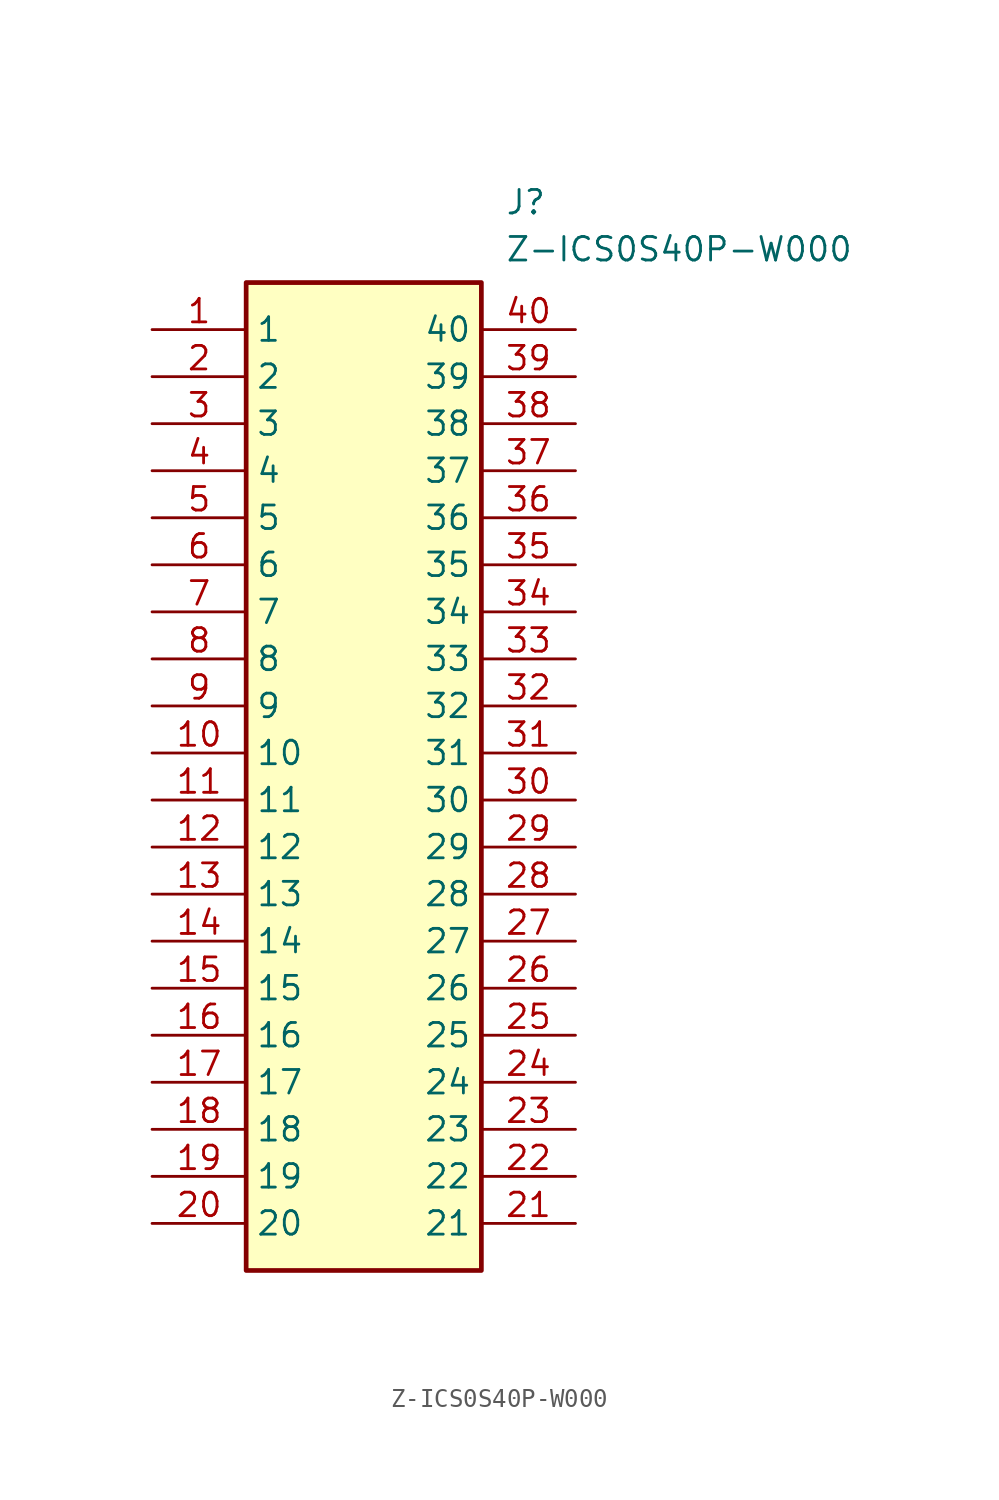
<source format=kicad_sym>
(kicad_symbol_lib
  (version 20211014)
  (generator SamacSys_ECAD_Model)
  (symbol "Z-ICS0S40P-W000"
    (property "Reference" "J"
      (at 19.05 7.62 0)
      (effects (font (size 1.27 1.27)) (justify left top)))
    (property "Value" "Z-ICS0S40P-W000"
      (at 19.05 5.08 0)
      (effects (font (size 1.27 1.27)) (justify left top)))
    (rectangle
      (start 5.08 2.54)
      (end 17.78 -50.8)
      (stroke (width 0.254) (type default))
      (fill (type background)))
    (pin passive line
      (at 0 0 0)
      (length 5.08)
      (name "1" (effects (font (size 1.27 1.27))))
      (number "1" (effects (font (size 1.27 1.27)))))
    (pin passive line
      (at 0 -2.54 0)
      (length 5.08)
      (name "2" (effects (font (size 1.27 1.27))))
      (number "2" (effects (font (size 1.27 1.27)))))
    (pin passive line
      (at 0 -5.08 0)
      (length 5.08)
      (name "3" (effects (font (size 1.27 1.27))))
      (number "3" (effects (font (size 1.27 1.27)))))
    (pin passive line
      (at 0 -7.62 0)
      (length 5.08)
      (name "4" (effects (font (size 1.27 1.27))))
      (number "4" (effects (font (size 1.27 1.27)))))
    (pin passive line
      (at 0 -10.16 0)
      (length 5.08)
      (name "5" (effects (font (size 1.27 1.27))))
      (number "5" (effects (font (size 1.27 1.27)))))
    (pin passive line
      (at 0 -12.7 0)
      (length 5.08)
      (name "6" (effects (font (size 1.27 1.27))))
      (number "6" (effects (font (size 1.27 1.27)))))
    (pin passive line
      (at 0 -15.24 0)
      (length 5.08)
      (name "7" (effects (font (size 1.27 1.27))))
      (number "7" (effects (font (size 1.27 1.27)))))
    (pin passive line
      (at 0 -17.78 0)
      (length 5.08)
      (name "8" (effects (font (size 1.27 1.27))))
      (number "8" (effects (font (size 1.27 1.27)))))
    (pin passive line
      (at 0 -20.32 0)
      (length 5.08)
      (name "9" (effects (font (size 1.27 1.27))))
      (number "9" (effects (font (size 1.27 1.27)))))
    (pin passive line
      (at 0 -22.86 0)
      (length 5.08)
      (name "10" (effects (font (size 1.27 1.27))))
      (number "10" (effects (font (size 1.27 1.27)))))
    (pin passive line
      (at 0 -25.4 0)
      (length 5.08)
      (name "11" (effects (font (size 1.27 1.27))))
      (number "11" (effects (font (size 1.27 1.27)))))
    (pin passive line
      (at 0 -27.94 0)
      (length 5.08)
      (name "12" (effects (font (size 1.27 1.27))))
      (number "12" (effects (font (size 1.27 1.27)))))
    (pin passive line
      (at 0 -30.48 0)
      (length 5.08)
      (name "13" (effects (font (size 1.27 1.27))))
      (number "13" (effects (font (size 1.27 1.27)))))
    (pin passive line
      (at 0 -33.02 0)
      (length 5.08)
      (name "14" (effects (font (size 1.27 1.27))))
      (number "14" (effects (font (size 1.27 1.27)))))
    (pin passive line
      (at 0 -35.56 0)
      (length 5.08)
      (name "15" (effects (font (size 1.27 1.27))))
      (number "15" (effects (font (size 1.27 1.27)))))
    (pin passive line
      (at 0 -38.1 0)
      (length 5.08)
      (name "16" (effects (font (size 1.27 1.27))))
      (number "16" (effects (font (size 1.27 1.27)))))
    (pin passive line
      (at 0 -40.64 0)
      (length 5.08)
      (name "17" (effects (font (size 1.27 1.27))))
      (number "17" (effects (font (size 1.27 1.27)))))
    (pin passive line
      (at 0 -43.18 0)
      (length 5.08)
      (name "18" (effects (font (size 1.27 1.27))))
      (number "18" (effects (font (size 1.27 1.27)))))
    (pin passive line
      (at 0 -45.72 0)
      (length 5.08)
      (name "19" (effects (font (size 1.27 1.27))))
      (number "19" (effects (font (size 1.27 1.27)))))
    (pin passive line
      (at 0 -48.26 0)
      (length 5.08)
      (name "20" (effects (font (size 1.27 1.27))))
      (number "20" (effects (font (size 1.27 1.27)))))
    (pin passive line
      (at 22.86 -48.26 180)
      (length 5.08)
      (name "21" (effects (font (size 1.27 1.27))))
      (number "21" (effects (font (size 1.27 1.27)))))
    (pin passive line
      (at 22.86 -45.72 180)
      (length 5.08)
      (name "22" (effects (font (size 1.27 1.27))))
      (number "22" (effects (font (size 1.27 1.27)))))
    (pin passive line
      (at 22.86 -43.18 180)
      (length 5.08)
      (name "23" (effects (font (size 1.27 1.27))))
      (number "23" (effects (font (size 1.27 1.27)))))
    (pin passive line
      (at 22.86 -40.64 180)
      (length 5.08)
      (name "24" (effects (font (size 1.27 1.27))))
      (number "24" (effects (font (size 1.27 1.27)))))
    (pin passive line
      (at 22.86 -38.1 180)
      (length 5.08)
      (name "25" (effects (font (size 1.27 1.27))))
      (number "25" (effects (font (size 1.27 1.27)))))
    (pin passive line
      (at 22.86 -35.56 180)
      (length 5.08)
      (name "26" (effects (font (size 1.27 1.27))))
      (number "26" (effects (font (size 1.27 1.27)))))
    (pin passive line
      (at 22.86 -33.02 180)
      (length 5.08)
      (name "27" (effects (font (size 1.27 1.27))))
      (number "27" (effects (font (size 1.27 1.27)))))
    (pin passive line
      (at 22.86 -30.48 180)
      (length 5.08)
      (name "28" (effects (font (size 1.27 1.27))))
      (number "28" (effects (font (size 1.27 1.27)))))
    (pin passive line
      (at 22.86 -27.94 180)
      (length 5.08)
      (name "29" (effects (font (size 1.27 1.27))))
      (number "29" (effects (font (size 1.27 1.27)))))
    (pin passive line
      (at 22.86 -25.4 180)
      (length 5.08)
      (name "30" (effects (font (size 1.27 1.27))))
      (number "30" (effects (font (size 1.27 1.27)))))
    (pin passive line
      (at 22.86 -22.86 180)
      (length 5.08)
      (name "31" (effects (font (size 1.27 1.27))))
      (number "31" (effects (font (size 1.27 1.27)))))
    (pin passive line
      (at 22.86 -20.32 180)
      (length 5.08)
      (name "32" (effects (font (size 1.27 1.27))))
      (number "32" (effects (font (size 1.27 1.27)))))
    (pin passive line
      (at 22.86 -17.78 180)
      (length 5.08)
      (name "33" (effects (font (size 1.27 1.27))))
      (number "33" (effects (font (size 1.27 1.27)))))
    (pin passive line
      (at 22.86 -15.24 180)
      (length 5.08)
      (name "34" (effects (font (size 1.27 1.27))))
      (number "34" (effects (font (size 1.27 1.27)))))
    (pin passive line
      (at 22.86 -12.7 180)
      (length 5.08)
      (name "35" (effects (font (size 1.27 1.27))))
      (number "35" (effects (font (size 1.27 1.27)))))
    (pin passive line
      (at 22.86 -10.16 180)
      (length 5.08)
      (name "36" (effects (font (size 1.27 1.27))))
      (number "36" (effects (font (size 1.27 1.27)))))
    (pin passive line
      (at 22.86 -7.62 180)
      (length 5.08)
      (name "37" (effects (font (size 1.27 1.27))))
      (number "37" (effects (font (size 1.27 1.27)))))
    (pin passive line
      (at 22.86 -5.08 180)
      (length 5.08)
      (name "38" (effects (font (size 1.27 1.27))))
      (number "38" (effects (font (size 1.27 1.27)))))
    (pin passive line
      (at 22.86 -2.54 180)
      (length 5.08)
      (name "39" (effects (font (size 1.27 1.27))))
      (number "39" (effects (font (size 1.27 1.27)))))
    (pin passive line
      (at 22.86 0 180)
      (length 5.08)
      (name "40" (effects (font (size 1.27 1.27))))
      (number "40" (effects (font (size 1.27 1.27)))))))
</source>
